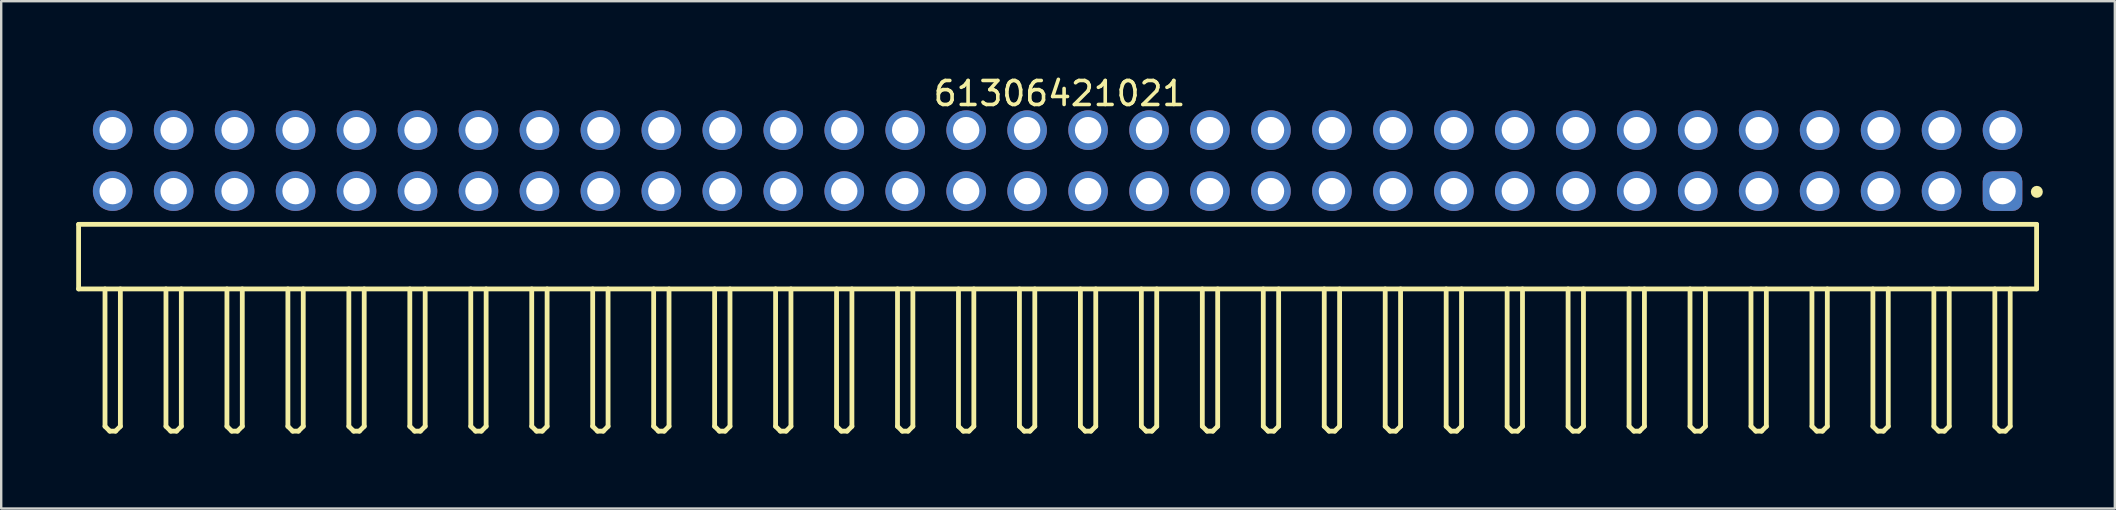
<source format=kicad_pcb>
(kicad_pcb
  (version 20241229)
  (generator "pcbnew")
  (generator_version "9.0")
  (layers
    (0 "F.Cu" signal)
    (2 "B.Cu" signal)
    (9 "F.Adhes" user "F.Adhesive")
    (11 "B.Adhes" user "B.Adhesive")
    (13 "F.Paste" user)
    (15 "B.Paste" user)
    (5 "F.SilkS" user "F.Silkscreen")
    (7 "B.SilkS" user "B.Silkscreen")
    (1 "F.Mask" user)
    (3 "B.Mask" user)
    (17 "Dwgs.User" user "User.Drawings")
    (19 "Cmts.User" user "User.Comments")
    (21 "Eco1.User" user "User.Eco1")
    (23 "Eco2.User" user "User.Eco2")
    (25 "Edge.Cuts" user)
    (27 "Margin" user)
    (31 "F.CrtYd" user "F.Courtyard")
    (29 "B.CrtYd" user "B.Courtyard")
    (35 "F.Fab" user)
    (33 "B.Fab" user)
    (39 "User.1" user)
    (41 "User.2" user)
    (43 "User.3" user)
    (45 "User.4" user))
  (footprint "61306421021"
    (layer "F.Cu")
    (at 41.015 7.643)
    (property "Reference" "61306421021" (at 0.08 -6.795 0) (layer "F.SilkS") (effects (font (size 1 1) (thickness 0.15))))
    (fp_line (start -40.79 -1.345) (end 40.79 -1.345) (stroke (width 0.2) (type solid)) (layer "F.SilkS"))
    (fp_line (start -40.79 1.345) (end -40.79 -1.345) (stroke (width 0.2) (type solid)) (layer "F.SilkS"))
    (fp_line (start -40.79 1.345) (end 40.79 1.345) (stroke (width 0.2) (type solid)) (layer "F.SilkS"))
    (fp_line (start -39.69 7.07) (end -39.69 1.345) (stroke (width 0.2) (type solid)) (layer "F.SilkS"))
    (fp_line (start -39.69 7.07) (end -39.49 7.27) (stroke (width 0.2) (type solid)) (layer "F.SilkS"))
    (fp_line (start -39.49 7.27) (end -39.25 7.27) (stroke (width 0.2) (type solid)) (layer "F.SilkS"))
    (fp_line (start -39.25 7.27) (end -39.05 7.07) (stroke (width 0.2) (type solid)) (layer "F.SilkS"))
    (fp_line (start -39.05 7.07) (end -39.05 1.345) (stroke (width 0.2) (type solid)) (layer "F.SilkS"))
    (fp_line (start -37.15 7.07) (end -37.15 1.345) (stroke (width 0.2) (type solid)) (layer "F.SilkS"))
    (fp_line (start -37.15 7.07) (end -36.95 7.27) (stroke (width 0.2) (type solid)) (layer "F.SilkS"))
    (fp_line (start -36.95 7.27) (end -36.71 7.27) (stroke (width 0.2) (type solid)) (layer "F.SilkS"))
    (fp_line (start -36.71 7.27) (end -36.51 7.07) (stroke (width 0.2) (type solid)) (layer "F.SilkS"))
    (fp_line (start -36.51 7.07) (end -36.51 1.345) (stroke (width 0.2) (type solid)) (layer "F.SilkS"))
    (fp_line (start -34.61 7.07) (end -34.61 1.345) (stroke (width 0.2) (type solid)) (layer "F.SilkS"))
    (fp_line (start -34.61 7.07) (end -34.41 7.27) (stroke (width 0.2) (type solid)) (layer "F.SilkS"))
    (fp_line (start -34.41 7.27) (end -34.17 7.27) (stroke (width 0.2) (type solid)) (layer "F.SilkS"))
    (fp_line (start -34.17 7.27) (end -33.97 7.07) (stroke (width 0.2) (type solid)) (layer "F.SilkS"))
    (fp_line (start -33.97 7.07) (end -33.97 1.345) (stroke (width 0.2) (type solid)) (layer "F.SilkS"))
    (fp_line (start -32.07 7.07) (end -32.07 1.345) (stroke (width 0.2) (type solid)) (layer "F.SilkS"))
    (fp_line (start -32.07 7.07) (end -31.87 7.27) (stroke (width 0.2) (type solid)) (layer "F.SilkS"))
    (fp_line (start -31.87 7.27) (end -31.63 7.27) (stroke (width 0.2) (type solid)) (layer "F.SilkS"))
    (fp_line (start -31.63 7.27) (end -31.43 7.07) (stroke (width 0.2) (type solid)) (layer "F.SilkS"))
    (fp_line (start -31.43 7.07) (end -31.43 1.345) (stroke (width 0.2) (type solid)) (layer "F.SilkS"))
    (fp_line (start -29.53 7.07) (end -29.53 1.345) (stroke (width 0.2) (type solid)) (layer "F.SilkS"))
    (fp_line (start -29.53 7.07) (end -29.33 7.27) (stroke (width 0.2) (type solid)) (layer "F.SilkS"))
    (fp_line (start -29.33 7.27) (end -29.09 7.27) (stroke (width 0.2) (type solid)) (layer "F.SilkS"))
    (fp_line (start -29.09 7.27) (end -28.89 7.07) (stroke (width 0.2) (type solid)) (layer "F.SilkS"))
    (fp_line (start -28.89 7.07) (end -28.89 1.345) (stroke (width 0.2) (type solid)) (layer "F.SilkS"))
    (fp_line (start -26.99 7.07) (end -26.99 1.345) (stroke (width 0.2) (type solid)) (layer "F.SilkS"))
    (fp_line (start -26.99 7.07) (end -26.79 7.27) (stroke (width 0.2) (type solid)) (layer "F.SilkS"))
    (fp_line (start -26.79 7.27) (end -26.55 7.27) (stroke (width 0.2) (type solid)) (layer "F.SilkS"))
    (fp_line (start -26.55 7.27) (end -26.35 7.07) (stroke (width 0.2) (type solid)) (layer "F.SilkS"))
    (fp_line (start -26.35 7.07) (end -26.35 1.345) (stroke (width 0.2) (type solid)) (layer "F.SilkS"))
    (fp_line (start -24.45 7.07) (end -24.45 1.345) (stroke (width 0.2) (type solid)) (layer "F.SilkS"))
    (fp_line (start -24.45 7.07) (end -24.25 7.27) (stroke (width 0.2) (type solid)) (layer "F.SilkS"))
    (fp_line (start -24.25 7.27) (end -24.01 7.27) (stroke (width 0.2) (type solid)) (layer "F.SilkS"))
    (fp_line (start -24.01 7.27) (end -23.81 7.07) (stroke (width 0.2) (type solid)) (layer "F.SilkS"))
    (fp_line (start -23.81 7.07) (end -23.81 1.345) (stroke (width 0.2) (type solid)) (layer "F.SilkS"))
    (fp_line (start -21.91 7.07) (end -21.91 1.345) (stroke (width 0.2) (type solid)) (layer "F.SilkS"))
    (fp_line (start -21.91 7.07) (end -21.71 7.27) (stroke (width 0.2) (type solid)) (layer "F.SilkS"))
    (fp_line (start -21.71 7.27) (end -21.47 7.27) (stroke (width 0.2) (type solid)) (layer "F.SilkS"))
    (fp_line (start -21.47 7.27) (end -21.27 7.07) (stroke (width 0.2) (type solid)) (layer "F.SilkS"))
    (fp_line (start -21.27 7.07) (end -21.27 1.345) (stroke (width 0.2) (type solid)) (layer "F.SilkS"))
    (fp_line (start -19.37 7.07) (end -19.37 1.345) (stroke (width 0.2) (type solid)) (layer "F.SilkS"))
    (fp_line (start -19.37 7.07) (end -19.17 7.27) (stroke (width 0.2) (type solid)) (layer "F.SilkS"))
    (fp_line (start -19.17 7.27) (end -18.93 7.27) (stroke (width 0.2) (type solid)) (layer "F.SilkS"))
    (fp_line (start -18.93 7.27) (end -18.73 7.07) (stroke (width 0.2) (type solid)) (layer "F.SilkS"))
    (fp_line (start -18.73 7.07) (end -18.73 1.345) (stroke (width 0.2) (type solid)) (layer "F.SilkS"))
    (fp_line (start -16.83 7.07) (end -16.83 1.345) (stroke (width 0.2) (type solid)) (layer "F.SilkS"))
    (fp_line (start -16.83 7.07) (end -16.63 7.27) (stroke (width 0.2) (type solid)) (layer "F.SilkS"))
    (fp_line (start -16.63 7.27) (end -16.39 7.27) (stroke (width 0.2) (type solid)) (layer "F.SilkS"))
    (fp_line (start -16.39 7.27) (end -16.19 7.07) (stroke (width 0.2) (type solid)) (layer "F.SilkS"))
    (fp_line (start -16.19 7.07) (end -16.19 1.345) (stroke (width 0.2) (type solid)) (layer "F.SilkS"))
    (fp_line (start -14.29 7.07) (end -14.29 1.345) (stroke (width 0.2) (type solid)) (layer "F.SilkS"))
    (fp_line (start -14.29 7.07) (end -14.09 7.27) (stroke (width 0.2) (type solid)) (layer "F.SilkS"))
    (fp_line (start -14.09 7.27) (end -13.85 7.27) (stroke (width 0.2) (type solid)) (layer "F.SilkS"))
    (fp_line (start -13.85 7.27) (end -13.65 7.07) (stroke (width 0.2) (type solid)) (layer "F.SilkS"))
    (fp_line (start -13.65 7.07) (end -13.65 1.345) (stroke (width 0.2) (type solid)) (layer "F.SilkS"))
    (fp_line (start -11.75 7.07) (end -11.75 1.345) (stroke (width 0.2) (type solid)) (layer "F.SilkS"))
    (fp_line (start -11.75 7.07) (end -11.55 7.27) (stroke (width 0.2) (type solid)) (layer "F.SilkS"))
    (fp_line (start -11.55 7.27) (end -11.31 7.27) (stroke (width 0.2) (type solid)) (layer "F.SilkS"))
    (fp_line (start -11.31 7.27) (end -11.11 7.07) (stroke (width 0.2) (type solid)) (layer "F.SilkS"))
    (fp_line (start -11.11 7.07) (end -11.11 1.345) (stroke (width 0.2) (type solid)) (layer "F.SilkS"))
    (fp_line (start -9.21 7.07) (end -9.21 1.345) (stroke (width 0.2) (type solid)) (layer "F.SilkS"))
    (fp_line (start -9.21 7.07) (end -9.01 7.27) (stroke (width 0.2) (type solid)) (layer "F.SilkS"))
    (fp_line (start -9.01 7.27) (end -8.77 7.27) (stroke (width 0.2) (type solid)) (layer "F.SilkS"))
    (fp_line (start -8.77 7.27) (end -8.57 7.07) (stroke (width 0.2) (type solid)) (layer "F.SilkS"))
    (fp_line (start -8.57 7.07) (end -8.57 1.345) (stroke (width 0.2) (type solid)) (layer "F.SilkS"))
    (fp_line (start -6.67 7.07) (end -6.67 1.345) (stroke (width 0.2) (type solid)) (layer "F.SilkS"))
    (fp_line (start -6.67 7.07) (end -6.47 7.27) (stroke (width 0.2) (type solid)) (layer "F.SilkS"))
    (fp_line (start -6.47 7.27) (end -6.23 7.27) (stroke (width 0.2) (type solid)) (layer "F.SilkS"))
    (fp_line (start -6.23 7.27) (end -6.03 7.07) (stroke (width 0.2) (type solid)) (layer "F.SilkS"))
    (fp_line (start -6.03 7.07) (end -6.03 1.345) (stroke (width 0.2) (type solid)) (layer "F.SilkS"))
    (fp_line (start -4.13 7.07) (end -4.13 1.345) (stroke (width 0.2) (type solid)) (layer "F.SilkS"))
    (fp_line (start -4.13 7.07) (end -3.93 7.27) (stroke (width 0.2) (type solid)) (layer "F.SilkS"))
    (fp_line (start -3.93 7.27) (end -3.69 7.27) (stroke (width 0.2) (type solid)) (layer "F.SilkS"))
    (fp_line (start -3.69 7.27) (end -3.49 7.07) (stroke (width 0.2) (type solid)) (layer "F.SilkS"))
    (fp_line (start -3.49 7.07) (end -3.49 1.345) (stroke (width 0.2) (type solid)) (layer "F.SilkS"))
    (fp_line (start -1.59 7.07) (end -1.59 1.345) (stroke (width 0.2) (type solid)) (layer "F.SilkS"))
    (fp_line (start -1.59 7.07) (end -1.39 7.27) (stroke (width 0.2) (type solid)) (layer "F.SilkS"))
    (fp_line (start -1.39 7.27) (end -1.15 7.27) (stroke (width 0.2) (type solid)) (layer "F.SilkS"))
    (fp_line (start -1.15 7.27) (end -0.95 7.07) (stroke (width 0.2) (type solid)) (layer "F.SilkS"))
    (fp_line (start -0.95 7.07) (end -0.95 1.345) (stroke (width 0.2) (type solid)) (layer "F.SilkS"))
    (fp_line (start 0.95 7.07) (end 0.95 1.345) (stroke (width 0.2) (type solid)) (layer "F.SilkS"))
    (fp_line (start 0.95 7.07) (end 1.15 7.27) (stroke (width 0.2) (type solid)) (layer "F.SilkS"))
    (fp_line (start 1.15 7.27) (end 1.39 7.27) (stroke (width 0.2) (type solid)) (layer "F.SilkS"))
    (fp_line (start 1.39 7.27) (end 1.59 7.07) (stroke (width 0.2) (type solid)) (layer "F.SilkS"))
    (fp_line (start 1.59 7.07) (end 1.59 1.345) (stroke (width 0.2) (type solid)) (layer "F.SilkS"))
    (fp_line (start 3.49 7.07) (end 3.49 1.345) (stroke (width 0.2) (type solid)) (layer "F.SilkS"))
    (fp_line (start 3.49 7.07) (end 3.69 7.27) (stroke (width 0.2) (type solid)) (layer "F.SilkS"))
    (fp_line (start 3.69 7.27) (end 3.93 7.27) (stroke (width 0.2) (type solid)) (layer "F.SilkS"))
    (fp_line (start 3.93 7.27) (end 4.13 7.07) (stroke (width 0.2) (type solid)) (layer "F.SilkS"))
    (fp_line (start 4.13 7.07) (end 4.13 1.345) (stroke (width 0.2) (type solid)) (layer "F.SilkS"))
    (fp_line (start 6.03 7.07) (end 6.03 1.345) (stroke (width 0.2) (type solid)) (layer "F.SilkS"))
    (fp_line (start 6.03 7.07) (end 6.23 7.27) (stroke (width 0.2) (type solid)) (layer "F.SilkS"))
    (fp_line (start 6.23 7.27) (end 6.47 7.27) (stroke (width 0.2) (type solid)) (layer "F.SilkS"))
    (fp_line (start 6.47 7.27) (end 6.67 7.07) (stroke (width 0.2) (type solid)) (layer "F.SilkS"))
    (fp_line (start 6.67 7.07) (end 6.67 1.345) (stroke (width 0.2) (type solid)) (layer "F.SilkS"))
    (fp_line (start 8.57 7.07) (end 8.57 1.345) (stroke (width 0.2) (type solid)) (layer "F.SilkS"))
    (fp_line (start 8.57 7.07) (end 8.77 7.27) (stroke (width 0.2) (type solid)) (layer "F.SilkS"))
    (fp_line (start 8.77 7.27) (end 9.01 7.27) (stroke (width 0.2) (type solid)) (layer "F.SilkS"))
    (fp_line (start 9.01 7.27) (end 9.21 7.07) (stroke (width 0.2) (type solid)) (layer "F.SilkS"))
    (fp_line (start 9.21 7.07) (end 9.21 1.345) (stroke (width 0.2) (type solid)) (layer "F.SilkS"))
    (fp_line (start 11.11 7.07) (end 11.11 1.345) (stroke (width 0.2) (type solid)) (layer "F.SilkS"))
    (fp_line (start 11.11 7.07) (end 11.31 7.27) (stroke (width 0.2) (type solid)) (layer "F.SilkS"))
    (fp_line (start 11.31 7.27) (end 11.55 7.27) (stroke (width 0.2) (type solid)) (layer "F.SilkS"))
    (fp_line (start 11.55 7.27) (end 11.75 7.07) (stroke (width 0.2) (type solid)) (layer "F.SilkS"))
    (fp_line (start 11.75 7.07) (end 11.75 1.345) (stroke (width 0.2) (type solid)) (layer "F.SilkS"))
    (fp_line (start 13.65 7.07) (end 13.65 1.345) (stroke (width 0.2) (type solid)) (layer "F.SilkS"))
    (fp_line (start 13.65 7.07) (end 13.85 7.27) (stroke (width 0.2) (type solid)) (layer "F.SilkS"))
    (fp_line (start 13.85 7.27) (end 14.09 7.27) (stroke (width 0.2) (type solid)) (layer "F.SilkS"))
    (fp_line (start 14.09 7.27) (end 14.29 7.07) (stroke (width 0.2) (type solid)) (layer "F.SilkS"))
    (fp_line (start 14.29 7.07) (end 14.29 1.345) (stroke (width 0.2) (type solid)) (layer "F.SilkS"))
    (fp_line (start 16.19 7.07) (end 16.19 1.345) (stroke (width 0.2) (type solid)) (layer "F.SilkS"))
    (fp_line (start 16.19 7.07) (end 16.39 7.27) (stroke (width 0.2) (type solid)) (layer "F.SilkS"))
    (fp_line (start 16.39 7.27) (end 16.63 7.27) (stroke (width 0.2) (type solid)) (layer "F.SilkS"))
    (fp_line (start 16.63 7.27) (end 16.83 7.07) (stroke (width 0.2) (type solid)) (layer "F.SilkS"))
    (fp_line (start 16.83 7.07) (end 16.83 1.345) (stroke (width 0.2) (type solid)) (layer "F.SilkS"))
    (fp_line (start 18.73 7.07) (end 18.73 1.345) (stroke (width 0.2) (type solid)) (layer "F.SilkS"))
    (fp_line (start 18.73 7.07) (end 18.93 7.27) (stroke (width 0.2) (type solid)) (layer "F.SilkS"))
    (fp_line (start 18.93 7.27) (end 19.17 7.27) (stroke (width 0.2) (type solid)) (layer "F.SilkS"))
    (fp_line (start 19.17 7.27) (end 19.37 7.07) (stroke (width 0.2) (type solid)) (layer "F.SilkS"))
    (fp_line (start 19.37 7.07) (end 19.37 1.345) (stroke (width 0.2) (type solid)) (layer "F.SilkS"))
    (fp_line (start 21.27 7.07) (end 21.27 1.345) (stroke (width 0.2) (type solid)) (layer "F.SilkS"))
    (fp_line (start 21.27 7.07) (end 21.47 7.27) (stroke (width 0.2) (type solid)) (layer "F.SilkS"))
    (fp_line (start 21.47 7.27) (end 21.71 7.27) (stroke (width 0.2) (type solid)) (layer "F.SilkS"))
    (fp_line (start 21.71 7.27) (end 21.91 7.07) (stroke (width 0.2) (type solid)) (layer "F.SilkS"))
    (fp_line (start 21.91 7.07) (end 21.91 1.345) (stroke (width 0.2) (type solid)) (layer "F.SilkS"))
    (fp_line (start 23.81 7.07) (end 23.81 1.345) (stroke (width 0.2) (type solid)) (layer "F.SilkS"))
    (fp_line (start 23.81 7.07) (end 24.01 7.27) (stroke (width 0.2) (type solid)) (layer "F.SilkS"))
    (fp_line (start 24.01 7.27) (end 24.25 7.27) (stroke (width 0.2) (type solid)) (layer "F.SilkS"))
    (fp_line (start 24.25 7.27) (end 24.45 7.07) (stroke (width 0.2) (type solid)) (layer "F.SilkS"))
    (fp_line (start 24.45 7.07) (end 24.45 1.345) (stroke (width 0.2) (type solid)) (layer "F.SilkS"))
    (fp_line (start 26.35 7.07) (end 26.35 1.345) (stroke (width 0.2) (type solid)) (layer "F.SilkS"))
    (fp_line (start 26.35 7.07) (end 26.55 7.27) (stroke (width 0.2) (type solid)) (layer "F.SilkS"))
    (fp_line (start 26.55 7.27) (end 26.79 7.27) (stroke (width 0.2) (type solid)) (layer "F.SilkS"))
    (fp_line (start 26.79 7.27) (end 26.99 7.07) (stroke (width 0.2) (type solid)) (layer "F.SilkS"))
    (fp_line (start 26.99 7.07) (end 26.99 1.345) (stroke (width 0.2) (type solid)) (layer "F.SilkS"))
    (fp_line (start 28.89 7.07) (end 28.89 1.345) (stroke (width 0.2) (type solid)) (layer "F.SilkS"))
    (fp_line (start 28.89 7.07) (end 29.09 7.27) (stroke (width 0.2) (type solid)) (layer "F.SilkS"))
    (fp_line (start 29.09 7.27) (end 29.33 7.27) (stroke (width 0.2) (type solid)) (layer "F.SilkS"))
    (fp_line (start 29.33 7.27) (end 29.53 7.07) (stroke (width 0.2) (type solid)) (layer "F.SilkS"))
    (fp_line (start 29.53 7.07) (end 29.53 1.345) (stroke (width 0.2) (type solid)) (layer "F.SilkS"))
    (fp_line (start 31.43 7.07) (end 31.43 1.345) (stroke (width 0.2) (type solid)) (layer "F.SilkS"))
    (fp_line (start 31.43 7.07) (end 31.63 7.27) (stroke (width 0.2) (type solid)) (layer "F.SilkS"))
    (fp_line (start 31.63 7.27) (end 31.87 7.27) (stroke (width 0.2) (type solid)) (layer "F.SilkS"))
    (fp_line (start 31.87 7.27) (end 32.07 7.07) (stroke (width 0.2) (type solid)) (layer "F.SilkS"))
    (fp_line (start 32.07 7.07) (end 32.07 1.345) (stroke (width 0.2) (type solid)) (layer "F.SilkS"))
    (fp_line (start 33.97 7.07) (end 33.97 1.345) (stroke (width 0.2) (type solid)) (layer "F.SilkS"))
    (fp_line (start 33.97 7.07) (end 34.17 7.27) (stroke (width 0.2) (type solid)) (layer "F.SilkS"))
    (fp_line (start 34.17 7.27) (end 34.41 7.27) (stroke (width 0.2) (type solid)) (layer "F.SilkS"))
    (fp_line (start 34.41 7.27) (end 34.61 7.07) (stroke (width 0.2) (type solid)) (layer "F.SilkS"))
    (fp_line (start 34.61 7.07) (end 34.61 1.345) (stroke (width 0.2) (type solid)) (layer "F.SilkS"))
    (fp_line (start 36.51 7.07) (end 36.51 1.345) (stroke (width 0.2) (type solid)) (layer "F.SilkS"))
    (fp_line (start 36.51 7.07) (end 36.71 7.27) (stroke (width 0.2) (type solid)) (layer "F.SilkS"))
    (fp_line (start 36.71 7.27) (end 36.95 7.27) (stroke (width 0.2) (type solid)) (layer "F.SilkS"))
    (fp_line (start 36.95 7.27) (end 37.15 7.07) (stroke (width 0.2) (type solid)) (layer "F.SilkS"))
    (fp_line (start 37.15 7.07) (end 37.15 1.345) (stroke (width 0.2) (type solid)) (layer "F.SilkS"))
    (fp_line (start 39.05 7.07) (end 39.05 1.345) (stroke (width 0.2) (type solid)) (layer "F.SilkS"))
    (fp_line (start 39.05 7.07) (end 39.25 7.27) (stroke (width 0.2) (type solid)) (layer "F.SilkS"))
    (fp_line (start 39.25 7.27) (end 39.49 7.27) (stroke (width 0.2) (type solid)) (layer "F.SilkS"))
    (fp_line (start 39.49 7.27) (end 39.69 7.07) (stroke (width 0.2) (type solid)) (layer "F.SilkS"))
    (fp_line (start 39.69 7.07) (end 39.69 1.345) (stroke (width 0.2) (type solid)) (layer "F.SilkS"))
    (fp_line (start 40.79 1.345) (end 40.79 -1.345) (stroke (width 0.2) (type solid)) (layer "F.SilkS"))
    (fp_circle (center 40.8 -2.7) (end 40.8 -2.825) (stroke (width 0.25) (type solid)) (fill no) (layer "F.SilkS"))
    (fp_line (start -40.99 -6.295) (end 40.99 -6.295) (stroke (width 0.05) (type solid)) (layer "Eco2.User"))
    (fp_line (start -40.99 7.47) (end -40.99 -6.295) (stroke (width 0.05) (type solid)) (layer "Eco2.User"))
    (fp_line (start -40.99 7.47) (end 40.99 7.47) (stroke (width 0.05) (type solid)) (layer "Eco2.User"))
    (fp_line (start -40.64 -1.27) (end 40.64 -1.27) (stroke (width 0.1) (type solid)) (layer "Eco2.User"))
    (fp_line (start -40.64 1.27) (end -40.64 -1.27) (stroke (width 0.1) (type solid)) (layer "Eco2.User"))
    (fp_line (start -40.64 1.27) (end 40.64 1.27) (stroke (width 0.1) (type solid)) (layer "Eco2.User"))
    (fp_line (start -39.69 -5.63) (end -39.05 -5.63) (stroke (width 0.1) (type solid)) (layer "Eco2.User"))
    (fp_line (start -39.69 -3.09) (end -39.05 -3.09) (stroke (width 0.1) (type solid)) (layer "Eco2.User"))
    (fp_line (start -39.69 -1.27) (end -39.69 -5.63) (stroke (width 0.1) (type solid)) (layer "Eco2.User"))
    (fp_line (start -39.69 7.07) (end -39.69 1.27) (stroke (width 0.1) (type solid)) (layer "Eco2.User"))
    (fp_line (start -39.69 7.07) (end -39.49 7.27) (stroke (width 0.1) (type solid)) (layer "Eco2.User"))
    (fp_line (start -39.49 7.27) (end -39.25 7.27) (stroke (width 0.1) (type solid)) (layer "Eco2.User"))
    (fp_line (start -39.25 7.27) (end -39.05 7.07) (stroke (width 0.1) (type solid)) (layer "Eco2.User"))
    (fp_line (start -39.05 -1.27) (end -39.05 -5.63) (stroke (width 0.1) (type solid)) (layer "Eco2.User"))
    (fp_line (start -39.05 7.07) (end -39.05 1.27) (stroke (width 0.1) (type solid)) (layer "Eco2.User"))
    (fp_line (start -37.15 -5.63) (end -36.51 -5.63) (stroke (width 0.1) (type solid)) (layer "Eco2.User"))
    (fp_line (start -37.15 -3.09) (end -36.51 -3.09) (stroke (width 0.1) (type solid)) (layer "Eco2.User"))
    (fp_line (start -37.15 -1.27) (end -37.15 -5.63) (stroke (width 0.1) (type solid)) (layer "Eco2.User"))
    (fp_line (start -37.15 7.07) (end -37.15 1.27) (stroke (width 0.1) (type solid)) (layer "Eco2.User"))
    (fp_line (start -37.15 7.07) (end -36.95 7.27) (stroke (width 0.1) (type solid)) (layer "Eco2.User"))
    (fp_line (start -36.95 7.27) (end -36.71 7.27) (stroke (width 0.1) (type solid)) (layer "Eco2.User"))
    (fp_line (start -36.71 7.27) (end -36.51 7.07) (stroke (width 0.1) (type solid)) (layer "Eco2.User"))
    (fp_line (start -36.51 -1.27) (end -36.51 -5.63) (stroke (width 0.1) (type solid)) (layer "Eco2.User"))
    (fp_line (start -36.51 7.07) (end -36.51 1.27) (stroke (width 0.1) (type solid)) (layer "Eco2.User"))
    (fp_line (start -34.61 -5.63) (end -33.97 -5.63) (stroke (width 0.1) (type solid)) (layer "Eco2.User"))
    (fp_line (start -34.61 -3.09) (end -33.97 -3.09) (stroke (width 0.1) (type solid)) (layer "Eco2.User"))
    (fp_line (start -34.61 -1.27) (end -34.61 -5.63) (stroke (width 0.1) (type solid)) (layer "Eco2.User"))
    (fp_line (start -34.61 7.07) (end -34.61 1.27) (stroke (width 0.1) (type solid)) (layer "Eco2.User"))
    (fp_line (start -34.61 7.07) (end -34.41 7.27) (stroke (width 0.1) (type solid)) (layer "Eco2.User"))
    (fp_line (start -34.41 7.27) (end -34.17 7.27) (stroke (width 0.1) (type solid)) (layer "Eco2.User"))
    (fp_line (start -34.17 7.27) (end -33.97 7.07) (stroke (width 0.1) (type solid)) (layer "Eco2.User"))
    (fp_line (start -33.97 -1.27) (end -33.97 -5.63) (stroke (width 0.1) (type solid)) (layer "Eco2.User"))
    (fp_line (start -33.97 7.07) (end -33.97 1.27) (stroke (width 0.1) (type solid)) (layer "Eco2.User"))
    (fp_line (start -32.07 -5.63) (end -31.43 -5.63) (stroke (width 0.1) (type solid)) (layer "Eco2.User"))
    (fp_line (start -32.07 -3.09) (end -31.43 -3.09) (stroke (width 0.1) (type solid)) (layer "Eco2.User"))
    (fp_line (start -32.07 -1.27) (end -32.07 -5.63) (stroke (width 0.1) (type solid)) (layer "Eco2.User"))
    (fp_line (start -32.07 7.07) (end -32.07 1.27) (stroke (width 0.1) (type solid)) (layer "Eco2.User"))
    (fp_line (start -32.07 7.07) (end -31.87 7.27) (stroke (width 0.1) (type solid)) (layer "Eco2.User"))
    (fp_line (start -31.87 7.27) (end -31.63 7.27) (stroke (width 0.1) (type solid)) (layer "Eco2.User"))
    (fp_line (start -31.63 7.27) (end -31.43 7.07) (stroke (width 0.1) (type solid)) (layer "Eco2.User"))
    (fp_line (start -31.43 -1.27) (end -31.43 -5.63) (stroke (width 0.1) (type solid)) (layer "Eco2.User"))
    (fp_line (start -31.43 7.07) (end -31.43 1.27) (stroke (width 0.1) (type solid)) (layer "Eco2.User"))
    (fp_line (start -29.53 -5.63) (end -28.89 -5.63) (stroke (width 0.1) (type solid)) (layer "Eco2.User"))
    (fp_line (start -29.53 -3.09) (end -28.89 -3.09) (stroke (width 0.1) (type solid)) (layer "Eco2.User"))
    (fp_line (start -29.53 -1.27) (end -29.53 -5.63) (stroke (width 0.1) (type solid)) (layer "Eco2.User"))
    (fp_line (start -29.53 7.07) (end -29.53 1.27) (stroke (width 0.1) (type solid)) (layer "Eco2.User"))
    (fp_line (start -29.53 7.07) (end -29.33 7.27) (stroke (width 0.1) (type solid)) (layer "Eco2.User"))
    (fp_line (start -29.33 7.27) (end -29.09 7.27) (stroke (width 0.1) (type solid)) (layer "Eco2.User"))
    (fp_line (start -29.09 7.27) (end -28.89 7.07) (stroke (width 0.1) (type solid)) (layer "Eco2.User"))
    (fp_line (start -28.89 -1.27) (end -28.89 -5.63) (stroke (width 0.1) (type solid)) (layer "Eco2.User"))
    (fp_line (start -28.89 7.07) (end -28.89 1.27) (stroke (width 0.1) (type solid)) (layer "Eco2.User"))
    (fp_line (start -26.99 -5.63) (end -26.35 -5.63) (stroke (width 0.1) (type solid)) (layer "Eco2.User"))
    (fp_line (start -26.99 -3.09) (end -26.35 -3.09) (stroke (width 0.1) (type solid)) (layer "Eco2.User"))
    (fp_line (start -26.99 -1.27) (end -26.99 -5.63) (stroke (width 0.1) (type solid)) (layer "Eco2.User"))
    (fp_line (start -26.99 7.07) (end -26.99 1.27) (stroke (width 0.1) (type solid)) (layer "Eco2.User"))
    (fp_line (start -26.99 7.07) (end -26.79 7.27) (stroke (width 0.1) (type solid)) (layer "Eco2.User"))
    (fp_line (start -26.79 7.27) (end -26.55 7.27) (stroke (width 0.1) (type solid)) (layer "Eco2.User"))
    (fp_line (start -26.55 7.27) (end -26.35 7.07) (stroke (width 0.1) (type solid)) (layer "Eco2.User"))
    (fp_line (start -26.35 -1.27) (end -26.35 -5.63) (stroke (width 0.1) (type solid)) (layer "Eco2.User"))
    (fp_line (start -26.35 7.07) (end -26.35 1.27) (stroke (width 0.1) (type solid)) (layer "Eco2.User"))
    (fp_line (start -24.45 -5.63) (end -23.81 -5.63) (stroke (width 0.1) (type solid)) (layer "Eco2.User"))
    (fp_line (start -24.45 -3.09) (end -23.81 -3.09) (stroke (width 0.1) (type solid)) (layer "Eco2.User"))
    (fp_line (start -24.45 -3.09) (end -23.81 -3.09) (stroke (width 0.1) (type solid)) (layer "Eco2.User"))
    (fp_line (start -24.45 -1.27) (end -24.45 -5.63) (stroke (width 0.1) (type solid)) (layer "Eco2.User"))
    (fp_line (start -24.45 7.07) (end -24.45 1.27) (stroke (width 0.1) (type solid)) (layer "Eco2.User"))
    (fp_line (start -24.45 7.07) (end -24.25 7.27) (stroke (width 0.1) (type solid)) (layer "Eco2.User"))
    (fp_line (start -24.25 7.27) (end -24.01 7.27) (stroke (width 0.1) (type solid)) (layer "Eco2.User"))
    (fp_line (start -24.01 7.27) (end -23.81 7.07) (stroke (width 0.1) (type solid)) (layer "Eco2.User"))
    (fp_line (start -23.81 -1.27) (end -23.81 -5.63) (stroke (width 0.1) (type solid)) (layer "Eco2.User"))
    (fp_line (start -23.81 7.07) (end -23.81 1.27) (stroke (width 0.1) (type solid)) (layer "Eco2.User"))
    (fp_line (start -21.91 -5.63) (end -21.27 -5.63) (stroke (width 0.1) (type solid)) (layer "Eco2.User"))
    (fp_line (start -21.91 -3.09) (end -21.27 -3.09) (stroke (width 0.1) (type solid)) (layer "Eco2.User"))
    (fp_line (start -21.91 -1.27) (end -21.91 -5.63) (stroke (width 0.1) (type solid)) (layer "Eco2.User"))
    (fp_line (start -21.91 7.07) (end -21.91 1.27) (stroke (width 0.1) (type solid)) (layer "Eco2.User"))
    (fp_line (start -21.91 7.07) (end -21.71 7.27) (stroke (width 0.1) (type solid)) (layer "Eco2.User"))
    (fp_line (start -21.71 7.27) (end -21.47 7.27) (stroke (width 0.1) (type solid)) (layer "Eco2.User"))
    (fp_line (start -21.47 7.27) (end -21.27 7.07) (stroke (width 0.1) (type solid)) (layer "Eco2.User"))
    (fp_line (start -21.27 -1.27) (end -21.27 -5.63) (stroke (width 0.1) (type solid)) (layer "Eco2.User"))
    (fp_line (start -21.27 7.07) (end -21.27 1.27) (stroke (width 0.1) (type solid)) (layer "Eco2.User"))
    (fp_line (start -19.37 -5.63) (end -18.73 -5.63) (stroke (width 0.1) (type solid)) (layer "Eco2.User"))
    (fp_line (start -19.37 -3.09) (end -18.73 -3.09) (stroke (width 0.1) (type solid)) (layer "Eco2.User"))
    (fp_line (start -19.37 -1.27) (end -19.37 -5.63) (stroke (width 0.1) (type solid)) (layer "Eco2.User"))
    (fp_line (start -19.37 7.07) (end -19.37 1.27) (stroke (width 0.1) (type solid)) (layer "Eco2.User"))
    (fp_line (start -19.37 7.07) (end -19.17 7.27) (stroke (width 0.1) (type solid)) (layer "Eco2.User"))
    (fp_line (start -19.17 7.27) (end -18.93 7.27) (stroke (width 0.1) (type solid)) (layer "Eco2.User"))
    (fp_line (start -18.93 7.27) (end -18.73 7.07) (stroke (width 0.1) (type solid)) (layer "Eco2.User"))
    (fp_line (start -18.73 -1.27) (end -18.73 -5.63) (stroke (width 0.1) (type solid)) (layer "Eco2.User"))
    (fp_line (start -18.73 7.07) (end -18.73 1.27) (stroke (width 0.1) (type solid)) (layer "Eco2.User"))
    (fp_line (start -16.83 -5.63) (end -16.19 -5.63) (stroke (width 0.1) (type solid)) (layer "Eco2.User"))
    (fp_line (start -16.83 -3.09) (end -16.19 -3.09) (stroke (width 0.1) (type solid)) (layer "Eco2.User"))
    (fp_line (start -16.83 -1.27) (end -16.83 -5.63) (stroke (width 0.1) (type solid)) (layer "Eco2.User"))
    (fp_line (start -16.83 7.07) (end -16.83 1.27) (stroke (width 0.1) (type solid)) (layer "Eco2.User"))
    (fp_line (start -16.83 7.07) (end -16.63 7.27) (stroke (width 0.1) (type solid)) (layer "Eco2.User"))
    (fp_line (start -16.63 7.27) (end -16.39 7.27) (stroke (width 0.1) (type solid)) (layer "Eco2.User"))
    (fp_line (start -16.39 7.27) (end -16.19 7.07) (stroke (width 0.1) (type solid)) (layer "Eco2.User"))
    (fp_line (start -16.19 -1.27) (end -16.19 -5.63) (stroke (width 0.1) (type solid)) (layer "Eco2.User"))
    (fp_line (start -16.19 7.07) (end -16.19 1.27) (stroke (width 0.1) (type solid)) (layer "Eco2.User"))
    (fp_line (start -14.29 -5.63) (end -13.65 -5.63) (stroke (width 0.1) (type solid)) (layer "Eco2.User"))
    (fp_line (start -14.29 -3.09) (end -13.65 -3.09) (stroke (width 0.1) (type solid)) (layer "Eco2.User"))
    (fp_line (start -14.29 -1.27) (end -14.29 -5.63) (stroke (width 0.1) (type solid)) (layer "Eco2.User"))
    (fp_line (start -14.29 7.07) (end -14.29 1.27) (stroke (width 0.1) (type solid)) (layer "Eco2.User"))
    (fp_line (start -14.29 7.07) (end -14.09 7.27) (stroke (width 0.1) (type solid)) (layer "Eco2.User"))
    (fp_line (start -14.09 7.27) (end -13.85 7.27) (stroke (width 0.1) (type solid)) (layer "Eco2.User"))
    (fp_line (start -13.85 7.27) (end -13.65 7.07) (stroke (width 0.1) (type solid)) (layer "Eco2.User"))
    (fp_line (start -13.65 -1.27) (end -13.65 -5.63) (stroke (width 0.1) (type solid)) (layer "Eco2.User"))
    (fp_line (start -13.65 7.07) (end -13.65 1.27) (stroke (width 0.1) (type solid)) (layer "Eco2.User"))
    (fp_line (start -11.75 -5.63) (end -11.11 -5.63) (stroke (width 0.1) (type solid)) (layer "Eco2.User"))
    (fp_line (start -11.75 -3.09) (end -11.11 -3.09) (stroke (width 0.1) (type solid)) (layer "Eco2.User"))
    (fp_line (start -11.75 -1.27) (end -11.75 -5.63) (stroke (width 0.1) (type solid)) (layer "Eco2.User"))
    (fp_line (start -11.75 7.07) (end -11.75 1.27) (stroke (width 0.1) (type solid)) (layer "Eco2.User"))
    (fp_line (start -11.75 7.07) (end -11.55 7.27) (stroke (width 0.1) (type solid)) (layer "Eco2.User"))
    (fp_line (start -11.55 7.27) (end -11.31 7.27) (stroke (width 0.1) (type solid)) (layer "Eco2.User"))
    (fp_line (start -11.31 7.27) (end -11.11 7.07) (stroke (width 0.1) (type solid)) (layer "Eco2.User"))
    (fp_line (start -11.11 -1.27) (end -11.11 -5.63) (stroke (width 0.1) (type solid)) (layer "Eco2.User"))
    (fp_line (start -11.11 7.07) (end -11.11 1.27) (stroke (width 0.1) (type solid)) (layer "Eco2.User"))
    (fp_line (start -9.21 -5.63) (end -8.57 -5.63) (stroke (width 0.1) (type solid)) (layer "Eco2.User"))
    (fp_line (start -9.21 -3.09) (end -8.57 -3.09) (stroke (width 0.1) (type solid)) (layer "Eco2.User"))
    (fp_line (start -9.21 -1.27) (end -9.21 -5.63) (stroke (width 0.1) (type solid)) (layer "Eco2.User"))
    (fp_line (start -9.21 7.07) (end -9.21 1.27) (stroke (width 0.1) (type solid)) (layer "Eco2.User"))
    (fp_line (start -9.21 7.07) (end -9.01 7.27) (stroke (width 0.1) (type solid)) (layer "Eco2.User"))
    (fp_line (start -9.01 7.27) (end -8.77 7.27) (stroke (width 0.1) (type solid)) (layer "Eco2.User"))
    (fp_line (start -8.77 7.27) (end -8.57 7.07) (stroke (width 0.1) (type solid)) (layer "Eco2.User"))
    (fp_line (start -8.57 -1.27) (end -8.57 -5.63) (stroke (width 0.1) (type solid)) (layer "Eco2.User"))
    (fp_line (start -8.57 7.07) (end -8.57 1.27) (stroke (width 0.1) (type solid)) (layer "Eco2.User"))
    (fp_line (start -6.67 -5.63) (end -6.03 -5.63) (stroke (width 0.1) (type solid)) (layer "Eco2.User"))
    (fp_line (start -6.67 -3.09) (end -6.03 -3.09) (stroke (width 0.1) (type solid)) (layer "Eco2.User"))
    (fp_line (start -6.67 -1.27) (end -6.67 -5.63) (stroke (width 0.1) (type solid)) (layer "Eco2.User"))
    (fp_line (start -6.67 7.07) (end -6.67 1.27) (stroke (width 0.1) (type solid)) (layer "Eco2.User"))
    (fp_line (start -6.67 7.07) (end -6.47 7.27) (stroke (width 0.1) (type solid)) (layer "Eco2.User"))
    (fp_line (start -6.47 7.27) (end -6.23 7.27) (stroke (width 0.1) (type solid)) (layer "Eco2.User"))
    (fp_line (start -6.23 7.27) (end -6.03 7.07) (stroke (width 0.1) (type solid)) (layer "Eco2.User"))
    (fp_line (start -6.03 -1.27) (end -6.03 -5.63) (stroke (width 0.1) (type solid)) (layer "Eco2.User"))
    (fp_line (start -6.03 7.07) (end -6.03 1.27) (stroke (width 0.1) (type solid)) (layer "Eco2.User"))
    (fp_line (start -4.13 -5.63) (end -3.49 -5.63) (stroke (width 0.1) (type solid)) (layer "Eco2.User"))
    (fp_line (start -4.13 -3.09) (end -3.49 -3.09) (stroke (width 0.1) (type solid)) (layer "Eco2.User"))
    (fp_line (start -4.13 -1.27) (end -4.13 -5.63) (stroke (width 0.1) (type solid)) (layer "Eco2.User"))
    (fp_line (start -4.13 7.07) (end -4.13 1.27) (stroke (width 0.1) (type solid)) (layer "Eco2.User"))
    (fp_line (start -4.13 7.07) (end -3.93 7.27) (stroke (width 0.1) (type solid)) (layer "Eco2.User"))
    (fp_line (start -3.93 7.27) (end -3.69 7.27) (stroke (width 0.1) (type solid)) (layer "Eco2.User"))
    (fp_line (start -3.69 7.27) (end -3.49 7.07) (stroke (width 0.1) (type solid)) (layer "Eco2.User"))
    (fp_line (start -3.49 -1.27) (end -3.49 -5.63) (stroke (width 0.1) (type solid)) (layer "Eco2.User"))
    (fp_line (start -3.49 7.07) (end -3.49 1.27) (stroke (width 0.1) (type solid)) (layer "Eco2.User"))
    (fp_line (start -1.59 -5.63) (end -0.95 -5.63) (stroke (width 0.1) (type solid)) (layer "Eco2.User"))
    (fp_line (start -1.59 -3.09) (end -0.95 -3.09) (stroke (width 0.1) (type solid)) (layer "Eco2.User"))
    (fp_line (start -1.59 -1.27) (end -1.59 -5.63) (stroke (width 0.1) (type solid)) (layer "Eco2.User"))
    (fp_line (start -1.59 7.07) (end -1.59 1.27) (stroke (width 0.1) (type solid)) (layer "Eco2.User"))
    (fp_line (start -1.59 7.07) (end -1.39 7.27) (stroke (width 0.1) (type solid)) (layer "Eco2.User"))
    (fp_line (start -1.39 7.27) (end -1.15 7.27) (stroke (width 0.1) (type solid)) (layer "Eco2.User"))
    (fp_line (start -1.15 7.27) (end -0.95 7.07) (stroke (width 0.1) (type solid)) (layer "Eco2.User"))
    (fp_line (start -0.95 -1.27) (end -0.95 -5.63) (stroke (width 0.1) (type solid)) (layer "Eco2.User"))
    (fp_line (start -0.95 7.07) (end -0.95 1.27) (stroke (width 0.1) (type solid)) (layer "Eco2.User"))
    (fp_line (start -0.5 0) (end 0.5 0) (stroke (width 0.05) (type solid)) (layer "Eco2.User"))
    (fp_line (start 0 0.5) (end 0 -0.5) (stroke (width 0.05) (type solid)) (layer "Eco2.User"))
    (fp_line (start 0.95 -5.63) (end 1.59 -5.63) (stroke (width 0.1) (type solid)) (layer "Eco2.User"))
    (fp_line (start 0.95 -3.09) (end 1.59 -3.09) (stroke (width 0.1) (type solid)) (layer "Eco2.User"))
    (fp_line (start 0.95 -1.27) (end 0.95 -5.63) (stroke (width 0.1) (type solid)) (layer "Eco2.User"))
    (fp_line (start 0.95 7.07) (end 0.95 1.27) (stroke (width 0.1) (type solid)) (layer "Eco2.User"))
    (fp_line (start 0.95 7.07) (end 1.15 7.27) (stroke (width 0.1) (type solid)) (layer "Eco2.User"))
    (fp_line (start 1.15 7.27) (end 1.39 7.27) (stroke (width 0.1) (type solid)) (layer "Eco2.User"))
    (fp_line (start 1.39 7.27) (end 1.59 7.07) (stroke (width 0.1) (type solid)) (layer "Eco2.User"))
    (fp_line (start 1.59 -1.27) (end 1.59 -5.63) (stroke (width 0.1) (type solid)) (layer "Eco2.User"))
    (fp_line (start 1.59 7.07) (end 1.59 1.27) (stroke (width 0.1) (type solid)) (layer "Eco2.User"))
    (fp_line (start 3.49 -5.63) (end 4.13 -5.63) (stroke (width 0.1) (type solid)) (layer "Eco2.User"))
    (fp_line (start 3.49 -3.09) (end 4.13 -3.09) (stroke (width 0.1) (type solid)) (layer "Eco2.User"))
    (fp_line (start 3.49 -1.27) (end 3.49 -5.63) (stroke (width 0.1) (type solid)) (layer "Eco2.User"))
    (fp_line (start 3.49 7.07) (end 3.49 1.27) (stroke (width 0.1) (type solid)) (layer "Eco2.User"))
    (fp_line (start 3.49 7.07) (end 3.69 7.27) (stroke (width 0.1) (type solid)) (layer "Eco2.User"))
    (fp_line (start 3.69 7.27) (end 3.93 7.27) (stroke (width 0.1) (type solid)) (layer "Eco2.User"))
    (fp_line (start 3.93 7.27) (end 4.13 7.07) (stroke (width 0.1) (type solid)) (layer "Eco2.User"))
    (fp_line (start 4.13 -1.27) (end 4.13 -5.63) (stroke (width 0.1) (type solid)) (layer "Eco2.User"))
    (fp_line (start 4.13 7.07) (end 4.13 1.27) (stroke (width 0.1) (type solid)) (layer "Eco2.User"))
    (fp_line (start 6.03 -5.63) (end 6.67 -5.63) (stroke (width 0.1) (type solid)) (layer "Eco2.User"))
    (fp_line (start 6.03 -3.09) (end 6.67 -3.09) (stroke (width 0.1) (type solid)) (layer "Eco2.User"))
    (fp_line (start 6.03 -1.27) (end 6.03 -5.63) (stroke (width 0.1) (type solid)) (layer "Eco2.User"))
    (fp_line (start 6.03 7.07) (end 6.03 1.27) (stroke (width 0.1) (type solid)) (layer "Eco2.User"))
    (fp_line (start 6.03 7.07) (end 6.23 7.27) (stroke (width 0.1) (type solid)) (layer "Eco2.User"))
    (fp_line (start 6.23 7.27) (end 6.47 7.27) (stroke (width 0.1) (type solid)) (layer "Eco2.User"))
    (fp_line (start 6.47 7.27) (end 6.67 7.07) (stroke (width 0.1) (type solid)) (layer "Eco2.User"))
    (fp_line (start 6.67 -1.27) (end 6.67 -5.63) (stroke (width 0.1) (type solid)) (layer "Eco2.User"))
    (fp_line (start 6.67 7.07) (end 6.67 1.27) (stroke (width 0.1) (type solid)) (layer "Eco2.User"))
    (fp_line (start 8.57 -5.63) (end 9.21 -5.63) (stroke (width 0.1) (type solid)) (layer "Eco2.User"))
    (fp_line (start 8.57 -3.09) (end 9.21 -3.09) (stroke (width 0.1) (type solid)) (layer "Eco2.User"))
    (fp_line (start 8.57 -1.27) (end 8.57 -5.63) (stroke (width 0.1) (type solid)) (layer "Eco2.User"))
    (fp_line (start 8.57 7.07) (end 8.57 1.27) (stroke (width 0.1) (type solid)) (layer "Eco2.User"))
    (fp_line (start 8.57 7.07) (end 8.77 7.27) (stroke (width 0.1) (type solid)) (layer "Eco2.User"))
    (fp_line (start 8.77 7.27) (end 9.01 7.27) (stroke (width 0.1) (type solid)) (layer "Eco2.User"))
    (fp_line (start 9.01 7.27) (end 9.21 7.07) (stroke (width 0.1) (type solid)) (layer "Eco2.User"))
    (fp_line (start 9.21 -1.27) (end 9.21 -5.63) (stroke (width 0.1) (type solid)) (layer "Eco2.User"))
    (fp_line (start 9.21 7.07) (end 9.21 1.27) (stroke (width 0.1) (type solid)) (layer "Eco2.User"))
    (fp_line (start 11.11 -5.63) (end 11.75 -5.63) (stroke (width 0.1) (type solid)) (layer "Eco2.User"))
    (fp_line (start 11.11 -3.09) (end 11.75 -3.09) (stroke (width 0.1) (type solid)) (layer "Eco2.User"))
    (fp_line (start 11.11 -1.27) (end 11.11 -5.63) (stroke (width 0.1) (type solid)) (layer "Eco2.User"))
    (fp_line (start 11.11 7.07) (end 11.11 1.27) (stroke (width 0.1) (type solid)) (layer "Eco2.User"))
    (fp_line (start 11.11 7.07) (end 11.31 7.27) (stroke (width 0.1) (type solid)) (layer "Eco2.User"))
    (fp_line (start 11.31 7.27) (end 11.55 7.27) (stroke (width 0.1) (type solid)) (layer "Eco2.User"))
    (fp_line (start 11.55 7.27) (end 11.75 7.07) (stroke (width 0.1) (type solid)) (layer "Eco2.User"))
    (fp_line (start 11.75 -1.27) (end 11.75 -5.63) (stroke (width 0.1) (type solid)) (layer "Eco2.User"))
    (fp_line (start 11.75 7.07) (end 11.75 1.27) (stroke (width 0.1) (type solid)) (layer "Eco2.User"))
    (fp_line (start 13.65 -5.63) (end 14.29 -5.63) (stroke (width 0.1) (type solid)) (layer "Eco2.User"))
    (fp_line (start 13.65 -3.09) (end 14.29 -3.09) (stroke (width 0.1) (type solid)) (layer "Eco2.User"))
    (fp_line (start 13.65 -1.27) (end 13.65 -5.63) (stroke (width 0.1) (type solid)) (layer "Eco2.User"))
    (fp_line (start 13.65 7.07) (end 13.65 1.27) (stroke (width 0.1) (type solid)) (layer "Eco2.User"))
    (fp_line (start 13.65 7.07) (end 13.85 7.27) (stroke (width 0.1) (type solid)) (layer "Eco2.User"))
    (fp_line (start 13.85 7.27) (end 14.09 7.27) (stroke (width 0.1) (type solid)) (layer "Eco2.User"))
    (fp_line (start 14.09 7.27) (end 14.29 7.07) (stroke (width 0.1) (type solid)) (layer "Eco2.User"))
    (fp_line (start 14.29 -1.27) (end 14.29 -5.63) (stroke (width 0.1) (type solid)) (layer "Eco2.User"))
    (fp_line (start 14.29 7.07) (end 14.29 1.27) (stroke (width 0.1) (type solid)) (layer "Eco2.User"))
    (fp_line (start 16.19 -5.63) (end 16.83 -5.63) (stroke (width 0.1) (type solid)) (layer "Eco2.User"))
    (fp_line (start 16.19 -3.09) (end 16.83 -3.09) (stroke (width 0.1) (type solid)) (layer "Eco2.User"))
    (fp_line (start 16.19 -1.27) (end 16.19 -5.63) (stroke (width 0.1) (type solid)) (layer "Eco2.User"))
    (fp_line (start 16.19 7.07) (end 16.19 1.27) (stroke (width 0.1) (type solid)) (layer "Eco2.User"))
    (fp_line (start 16.19 7.07) (end 16.39 7.27) (stroke (width 0.1) (type solid)) (layer "Eco2.User"))
    (fp_line (start 16.39 7.27) (end 16.63 7.27) (stroke (width 0.1) (type solid)) (layer "Eco2.User"))
    (fp_line (start 16.63 7.27) (end 16.83 7.07) (stroke (width 0.1) (type solid)) (layer "Eco2.User"))
    (fp_line (start 16.83 -1.27) (end 16.83 -5.63) (stroke (width 0.1) (type solid)) (layer "Eco2.User"))
    (fp_line (start 16.83 7.07) (end 16.83 1.27) (stroke (width 0.1) (type solid)) (layer "Eco2.User"))
    (fp_line (start 18.73 -5.63) (end 19.37 -5.63) (stroke (width 0.1) (type solid)) (layer "Eco2.User"))
    (fp_line (start 18.73 -3.09) (end 19.37 -3.09) (stroke (width 0.1) (type solid)) (layer "Eco2.User"))
    (fp_line (start 18.73 -1.27) (end 18.73 -5.63) (stroke (width 0.1) (type solid)) (layer "Eco2.User"))
    (fp_line (start 18.73 7.07) (end 18.73 1.27) (stroke (width 0.1) (type solid)) (layer "Eco2.User"))
    (fp_line (start 18.73 7.07) (end 18.93 7.27) (stroke (width 0.1) (type solid)) (layer "Eco2.User"))
    (fp_line (start 18.93 7.27) (end 19.17 7.27) (stroke (width 0.1) (type solid)) (layer "Eco2.User"))
    (fp_line (start 19.17 7.27) (end 19.37 7.07) (stroke (width 0.1) (type solid)) (layer "Eco2.User"))
    (fp_line (start 19.37 -1.27) (end 19.37 -5.63) (stroke (width 0.1) (type solid)) (layer "Eco2.User"))
    (fp_line (start 19.37 7.07) (end 19.37 1.27) (stroke (width 0.1) (type solid)) (layer "Eco2.User"))
    (fp_line (start 21.27 -5.63) (end 21.91 -5.63) (stroke (width 0.1) (type solid)) (layer "Eco2.User"))
    (fp_line (start 21.27 -3.09) (end 21.91 -3.09) (stroke (width 0.1) (type solid)) (layer "Eco2.User"))
    (fp_line (start 21.27 -1.27) (end 21.27 -5.63) (stroke (width 0.1) (type solid)) (layer "Eco2.User"))
    (fp_line (start 21.27 7.07) (end 21.27 1.27) (stroke (width 0.1) (type solid)) (layer "Eco2.User"))
    (fp_line (start 21.27 7.07) (end 21.47 7.27) (stroke (width 0.1) (type solid)) (layer "Eco2.User"))
    (fp_line (start 21.47 7.27) (end 21.71 7.27) (stroke (width 0.1) (type solid)) (layer "Eco2.User"))
    (fp_line (start 21.71 7.27) (end 21.91 7.07) (stroke (width 0.1) (type solid)) (layer "Eco2.User"))
    (fp_line (start 21.91 -1.27) (end 21.91 -5.63) (stroke (width 0.1) (type solid)) (layer "Eco2.User"))
    (fp_line (start 21.91 7.07) (end 21.91 1.27) (stroke (width 0.1) (type solid)) (layer "Eco2.User"))
    (fp_line (start 23.81 -5.63) (end 24.45 -5.63) (stroke (width 0.1) (type solid)) (layer "Eco2.User"))
    (fp_line (start 23.81 -3.09) (end 24.45 -3.09) (stroke (width 0.1) (type solid)) (layer "Eco2.User"))
    (fp_line (start 23.81 -1.27) (end 23.81 -5.63) (stroke (width 0.1) (type solid)) (layer "Eco2.User"))
    (fp_line (start 23.81 7.07) (end 23.81 1.27) (stroke (width 0.1) (type solid)) (layer "Eco2.User"))
    (fp_line (start 23.81 7.07) (end 24.01 7.27) (stroke (width 0.1) (type solid)) (layer "Eco2.User"))
    (fp_line (start 24.01 7.27) (end 24.25 7.27) (stroke (width 0.1) (type solid)) (layer "Eco2.User"))
    (fp_line (start 24.25 7.27) (end 24.45 7.07) (stroke (width 0.1) (type solid)) (layer "Eco2.User"))
    (fp_line (start 24.45 -1.27) (end 24.45 -5.63) (stroke (width 0.1) (type solid)) (layer "Eco2.User"))
    (fp_line (start 24.45 7.07) (end 24.45 1.27) (stroke (width 0.1) (type solid)) (layer "Eco2.User"))
    (fp_line (start 26.35 -5.63) (end 26.99 -5.63) (stroke (width 0.1) (type solid)) (layer "Eco2.User"))
    (fp_line (start 26.35 -3.09) (end 26.99 -3.09) (stroke (width 0.1) (type solid)) (layer "Eco2.User"))
    (fp_line (start 26.35 -1.27) (end 26.35 -5.63) (stroke (width 0.1) (type solid)) (layer "Eco2.User"))
    (fp_line (start 26.35 7.07) (end 26.35 1.27) (stroke (width 0.1) (type solid)) (layer "Eco2.User"))
    (fp_line (start 26.35 7.07) (end 26.55 7.27) (stroke (width 0.1) (type solid)) (layer "Eco2.User"))
    (fp_line (start 26.55 7.27) (end 26.79 7.27) (stroke (width 0.1) (type solid)) (layer "Eco2.User"))
    (fp_line (start 26.79 7.27) (end 26.99 7.07) (stroke (width 0.1) (type solid)) (layer "Eco2.User"))
    (fp_line (start 26.99 -1.27) (end 26.99 -5.63) (stroke (width 0.1) (type solid)) (layer "Eco2.User"))
    (fp_line (start 26.99 7.07) (end 26.99 1.27) (stroke (width 0.1) (type solid)) (layer "Eco2.User"))
    (fp_line (start 28.89 -5.63) (end 29.53 -5.63) (stroke (width 0.1) (type solid)) (layer "Eco2.User"))
    (fp_line (start 28.89 -3.09) (end 29.53 -3.09) (stroke (width 0.1) (type solid)) (layer "Eco2.User"))
    (fp_line (start 28.89 -1.27) (end 28.89 -5.63) (stroke (width 0.1) (type solid)) (layer "Eco2.User"))
    (fp_line (start 28.89 7.07) (end 28.89 1.27) (stroke (width 0.1) (type solid)) (layer "Eco2.User"))
    (fp_line (start 28.89 7.07) (end 29.09 7.27) (stroke (width 0.1) (type solid)) (layer "Eco2.User"))
    (fp_line (start 29.09 7.27) (end 29.33 7.27) (stroke (width 0.1) (type solid)) (layer "Eco2.User"))
    (fp_line (start 29.33 7.27) (end 29.53 7.07) (stroke (width 0.1) (type solid)) (layer "Eco2.User"))
    (fp_line (start 29.53 -1.27) (end 29.53 -5.63) (stroke (width 0.1) (type solid)) (layer "Eco2.User"))
    (fp_line (start 29.53 7.07) (end 29.53 1.27) (stroke (width 0.1) (type solid)) (layer "Eco2.User"))
    (fp_line (start 31.43 -5.63) (end 32.07 -5.63) (stroke (width 0.1) (type solid)) (layer "Eco2.User"))
    (fp_line (start 31.43 -3.09) (end 32.07 -3.09) (stroke (width 0.1) (type solid)) (layer "Eco2.User"))
    (fp_line (start 31.43 -1.27) (end 31.43 -5.63) (stroke (width 0.1) (type solid)) (layer "Eco2.User"))
    (fp_line (start 31.43 7.07) (end 31.43 1.27) (stroke (width 0.1) (type solid)) (layer "Eco2.User"))
    (fp_line (start 31.43 7.07) (end 31.63 7.27) (stroke (width 0.1) (type solid)) (layer "Eco2.User"))
    (fp_line (start 31.63 7.27) (end 31.87 7.27) (stroke (width 0.1) (type solid)) (layer "Eco2.User"))
    (fp_line (start 31.87 7.27) (end 32.07 7.07) (stroke (width 0.1) (type solid)) (layer "Eco2.User"))
    (fp_line (start 32.07 -1.27) (end 32.07 -5.63) (stroke (width 0.1) (type solid)) (layer "Eco2.User"))
    (fp_line (start 32.07 7.07) (end 32.07 1.27) (stroke (width 0.1) (type solid)) (layer "Eco2.User"))
    (fp_line (start 33.97 -5.63) (end 34.61 -5.63) (stroke (width 0.1) (type solid)) (layer "Eco2.User"))
    (fp_line (start 33.97 -3.09) (end 34.61 -3.09) (stroke (width 0.1) (type solid)) (layer "Eco2.User"))
    (fp_line (start 33.97 -1.27) (end 33.97 -5.63) (stroke (width 0.1) (type solid)) (layer "Eco2.User"))
    (fp_line (start 33.97 7.07) (end 33.97 1.27) (stroke (width 0.1) (type solid)) (layer "Eco2.User"))
    (fp_line (start 33.97 7.07) (end 34.17 7.27) (stroke (width 0.1) (type solid)) (layer "Eco2.User"))
    (fp_line (start 34.17 7.27) (end 34.41 7.27) (stroke (width 0.1) (type solid)) (layer "Eco2.User"))
    (fp_line (start 34.41 7.27) (end 34.61 7.07) (stroke (width 0.1) (type solid)) (layer "Eco2.User"))
    (fp_line (start 34.61 -1.27) (end 34.61 -5.63) (stroke (width 0.1) (type solid)) (layer "Eco2.User"))
    (fp_line (start 34.61 7.07) (end 34.61 1.27) (stroke (width 0.1) (type solid)) (layer "Eco2.User"))
    (fp_line (start 36.51 -5.63) (end 37.15 -5.63) (stroke (width 0.1) (type solid)) (layer "Eco2.User"))
    (fp_line (start 36.51 -3.09) (end 37.15 -3.09) (stroke (width 0.1) (type solid)) (layer "Eco2.User"))
    (fp_line (start 36.51 -1.27) (end 36.51 -5.63) (stroke (width 0.1) (type solid)) (layer "Eco2.User"))
    (fp_line (start 36.51 7.07) (end 36.51 1.27) (stroke (width 0.1) (type solid)) (layer "Eco2.User"))
    (fp_line (start 36.51 7.07) (end 36.71 7.27) (stroke (width 0.1) (type solid)) (layer "Eco2.User"))
    (fp_line (start 36.71 7.27) (end 36.95 7.27) (stroke (width 0.1) (type solid)) (layer "Eco2.User"))
    (fp_line (start 36.95 7.27) (end 37.15 7.07) (stroke (width 0.1) (type solid)) (layer "Eco2.User"))
    (fp_line (start 37.15 -1.27) (end 37.15 -5.63) (stroke (width 0.1) (type solid)) (layer "Eco2.User"))
    (fp_line (start 37.15 7.07) (end 37.15 1.27) (stroke (width 0.1) (type solid)) (layer "Eco2.User"))
    (fp_line (start 39.05 -5.63) (end 39.69 -5.63) (stroke (width 0.1) (type solid)) (layer "Eco2.User"))
    (fp_line (start 39.05 -3.09) (end 39.69 -3.09) (stroke (width 0.1) (type solid)) (layer "Eco2.User"))
    (fp_line (start 39.05 -1.27) (end 39.05 -5.63) (stroke (width 0.1) (type solid)) (layer "Eco2.User"))
    (fp_line (start 39.05 7.07) (end 39.05 1.27) (stroke (width 0.1) (type solid)) (layer "Eco2.User"))
    (fp_line (start 39.05 7.07) (end 39.25 7.27) (stroke (width 0.1) (type solid)) (layer "Eco2.User"))
    (fp_line (start 39.25 7.27) (end 39.49 7.27) (stroke (width 0.1) (type solid)) (layer "Eco2.User"))
    (fp_line (start 39.49 7.27) (end 39.69 7.07) (stroke (width 0.1) (type solid)) (layer "Eco2.User"))
    (fp_line (start 39.69 -1.27) (end 39.69 -5.63) (stroke (width 0.1) (type solid)) (layer "Eco2.User"))
    (fp_line (start 39.69 7.07) (end 39.69 1.27) (stroke (width 0.1) (type solid)) (layer "Eco2.User"))
    (fp_line (start 40.64 1.27) (end 40.64 -1.27) (stroke (width 0.1) (type solid)) (layer "Eco2.User"))
    (fp_line (start 40.99 7.47) (end 40.99 -6.295) (stroke (width 0.05) (type solid)) (layer "Eco2.User"))
    (fp_text user "${REFERENCE}" (at 0.15 -0.197 0) (unlocked yes) (layer "User.3") (effects (font (size 1.5 1.5) (thickness 0.15))))
    (pad "1" thru_hole roundrect (at 39.37 -2.73) (size 1.65 1.65) (drill 1.1) (layers "*.Cu" "*.Mask") (roundrect_rratio 0.25))
    (pad "2" thru_hole circle (at 39.37 -5.27) (size 1.65 1.65) (drill 1.1) (layers "*.Cu" "*.Mask"))
    (pad "3" thru_hole circle (at 36.83 -2.73) (size 1.65 1.65) (drill 1.1) (layers "*.Cu" "*.Mask"))
    (pad "4" thru_hole circle (at 36.83 -5.27) (size 1.65 1.65) (drill 1.1) (layers "*.Cu" "*.Mask"))
    (pad "5" thru_hole circle (at 34.29 -2.73) (size 1.65 1.65) (drill 1.1) (layers "*.Cu" "*.Mask"))
    (pad "6" thru_hole circle (at 34.29 -5.27) (size 1.65 1.65) (drill 1.1) (layers "*.Cu" "*.Mask"))
    (pad "7" thru_hole circle (at 31.75 -2.73) (size 1.65 1.65) (drill 1.1) (layers "*.Cu" "*.Mask"))
    (pad "8" thru_hole circle (at 31.75 -5.27) (size 1.65 1.65) (drill 1.1) (layers "*.Cu" "*.Mask"))
    (pad "9" thru_hole circle (at 29.21 -2.73) (size 1.65 1.65) (drill 1.1) (layers "*.Cu" "*.Mask"))
    (pad "10" thru_hole circle (at 29.21 -5.27) (size 1.65 1.65) (drill 1.1) (layers "*.Cu" "*.Mask"))
    (pad "11" thru_hole circle (at 26.67 -2.73) (size 1.65 1.65) (drill 1.1) (layers "*.Cu" "*.Mask"))
    (pad "12" thru_hole circle (at 26.67 -5.27) (size 1.65 1.65) (drill 1.1) (layers "*.Cu" "*.Mask"))
    (pad "13" thru_hole circle (at 24.13 -2.73) (size 1.65 1.65) (drill 1.1) (layers "*.Cu" "*.Mask"))
    (pad "14" thru_hole circle (at 24.13 -5.27) (size 1.65 1.65) (drill 1.1) (layers "*.Cu" "*.Mask"))
    (pad "15" thru_hole circle (at 21.59 -2.73) (size 1.65 1.65) (drill 1.1) (layers "*.Cu" "*.Mask"))
    (pad "16" thru_hole circle (at 21.59 -5.27) (size 1.65 1.65) (drill 1.1) (layers "*.Cu" "*.Mask"))
    (pad "17" thru_hole circle (at 19.05 -2.73) (size 1.65 1.65) (drill 1.1) (layers "*.Cu" "*.Mask"))
    (pad "18" thru_hole circle (at 19.05 -5.27) (size 1.65 1.65) (drill 1.1) (layers "*.Cu" "*.Mask"))
    (pad "19" thru_hole circle (at 16.51 -2.73) (size 1.65 1.65) (drill 1.1) (layers "*.Cu" "*.Mask"))
    (pad "20" thru_hole circle (at 16.51 -5.27) (size 1.65 1.65) (drill 1.1) (layers "*.Cu" "*.Mask"))
    (pad "21" thru_hole circle (at 13.97 -2.73) (size 1.65 1.65) (drill 1.1) (layers "*.Cu" "*.Mask"))
    (pad "22" thru_hole circle (at 13.97 -5.27) (size 1.65 1.65) (drill 1.1) (layers "*.Cu" "*.Mask"))
    (pad "23" thru_hole circle (at 11.43 -2.73) (size 1.65 1.65) (drill 1.1) (layers "*.Cu" "*.Mask"))
    (pad "24" thru_hole circle (at 11.43 -5.27) (size 1.65 1.65) (drill 1.1) (layers "*.Cu" "*.Mask"))
    (pad "25" thru_hole circle (at 8.89 -2.73) (size 1.65 1.65) (drill 1.1) (layers "*.Cu" "*.Mask"))
    (pad "26" thru_hole circle (at 8.89 -5.27) (size 1.65 1.65) (drill 1.1) (layers "*.Cu" "*.Mask"))
    (pad "27" thru_hole circle (at 6.35 -2.73) (size 1.65 1.65) (drill 1.1) (layers "*.Cu" "*.Mask"))
    (pad "28" thru_hole circle (at 6.35 -5.27) (size 1.65 1.65) (drill 1.1) (layers "*.Cu" "*.Mask"))
    (pad "29" thru_hole circle (at 3.81 -2.73) (size 1.65 1.65) (drill 1.1) (layers "*.Cu" "*.Mask"))
    (pad "30" thru_hole circle (at 3.81 -5.27) (size 1.65 1.65) (drill 1.1) (layers "*.Cu" "*.Mask"))
    (pad "31" thru_hole circle (at 1.27 -2.73) (size 1.65 1.65) (drill 1.1) (layers "*.Cu" "*.Mask"))
    (pad "32" thru_hole circle (at 1.27 -5.27) (size 1.65 1.65) (drill 1.1) (layers "*.Cu" "*.Mask"))
    (pad "33" thru_hole circle (at -1.27 -2.73) (size 1.65 1.65) (drill 1.1) (layers "*.Cu" "*.Mask"))
    (pad "34" thru_hole circle (at -1.27 -5.27) (size 1.65 1.65) (drill 1.1) (layers "*.Cu" "*.Mask"))
    (pad "35" thru_hole circle (at -3.81 -2.73) (size 1.65 1.65) (drill 1.1) (layers "*.Cu" "*.Mask"))
    (pad "36" thru_hole circle (at -3.81 -5.27) (size 1.65 1.65) (drill 1.1) (layers "*.Cu" "*.Mask"))
    (pad "37" thru_hole circle (at -6.35 -2.73) (size 1.65 1.65) (drill 1.1) (layers "*.Cu" "*.Mask"))
    (pad "38" thru_hole circle (at -6.35 -5.27) (size 1.65 1.65) (drill 1.1) (layers "*.Cu" "*.Mask"))
    (pad "39" thru_hole circle (at -8.89 -2.73) (size 1.65 1.65) (drill 1.1) (layers "*.Cu" "*.Mask"))
    (pad "40" thru_hole circle (at -8.89 -5.27) (size 1.65 1.65) (drill 1.1) (layers "*.Cu" "*.Mask"))
    (pad "41" thru_hole circle (at -11.43 -2.73) (size 1.65 1.65) (drill 1.1) (layers "*.Cu" "*.Mask"))
    (pad "42" thru_hole circle (at -11.43 -5.27) (size 1.65 1.65) (drill 1.1) (layers "*.Cu" "*.Mask"))
    (pad "43" thru_hole circle (at -13.97 -2.73) (size 1.65 1.65) (drill 1.1) (layers "*.Cu" "*.Mask"))
    (pad "44" thru_hole circle (at -13.97 -5.27) (size 1.65 1.65) (drill 1.1) (layers "*.Cu" "*.Mask"))
    (pad "45" thru_hole circle (at -16.51 -2.73) (size 1.65 1.65) (drill 1.1) (layers "*.Cu" "*.Mask"))
    (pad "46" thru_hole circle (at -16.51 -5.27) (size 1.65 1.65) (drill 1.1) (layers "*.Cu" "*.Mask"))
    (pad "47" thru_hole circle (at -19.05 -2.73) (size 1.65 1.65) (drill 1.1) (layers "*.Cu" "*.Mask"))
    (pad "48" thru_hole circle (at -19.05 -5.27) (size 1.65 1.65) (drill 1.1) (layers "*.Cu" "*.Mask"))
    (pad "49" thru_hole circle (at -21.59 -2.73) (size 1.65 1.65) (drill 1.1) (layers "*.Cu" "*.Mask"))
    (pad "50" thru_hole circle (at -21.59 -5.27) (size 1.65 1.65) (drill 1.1) (layers "*.Cu" "*.Mask"))
    (pad "51" thru_hole circle (at -24.13 -2.73) (size 1.65 1.65) (drill 1.1) (layers "*.Cu" "*.Mask"))
    (pad "52" thru_hole circle (at -24.13 -5.27) (size 1.65 1.65) (drill 1.1) (layers "*.Cu" "*.Mask"))
    (pad "53" thru_hole circle (at -26.67 -2.73) (size 1.65 1.65) (drill 1.1) (layers "*.Cu" "*.Mask"))
    (pad "54" thru_hole circle (at -26.67 -5.27) (size 1.65 1.65) (drill 1.1) (layers "*.Cu" "*.Mask"))
    (pad "55" thru_hole circle (at -29.21 -2.73) (size 1.65 1.65) (drill 1.1) (layers "*.Cu" "*.Mask"))
    (pad "56" thru_hole circle (at -29.21 -5.27) (size 1.65 1.65) (drill 1.1) (layers "*.Cu" "*.Mask"))
    (pad "57" thru_hole circle (at -31.75 -2.73) (size 1.65 1.65) (drill 1.1) (layers "*.Cu" "*.Mask"))
    (pad "58" thru_hole circle (at -31.75 -5.27) (size 1.65 1.65) (drill 1.1) (layers "*.Cu" "*.Mask"))
    (pad "59" thru_hole circle (at -34.29 -2.73) (size 1.65 1.65) (drill 1.1) (layers "*.Cu" "*.Mask"))
    (pad "60" thru_hole circle (at -34.29 -5.27) (size 1.65 1.65) (drill 1.1) (layers "*.Cu" "*.Mask"))
    (pad "61" thru_hole circle (at -36.83 -2.73) (size 1.65 1.65) (drill 1.1) (layers "*.Cu" "*.Mask"))
    (pad "62" thru_hole circle (at -36.83 -5.27) (size 1.65 1.65) (drill 1.1) (layers "*.Cu" "*.Mask"))
    (pad "63" thru_hole circle (at -39.37 -2.73) (size 1.65 1.65) (drill 1.1) (layers "*.Cu" "*.Mask"))
    (pad "64" thru_hole circle (at -39.37 -5.27) (size 1.65 1.65) (drill 1.1) (layers "*.Cu" "*.Mask")))
  (gr_rect
    (start -3 -3)
    (end 85.065 18.138)
    (stroke (width 0.1) (type default))
    (fill no)
    (layer "Edge.Cuts")))
</source>
